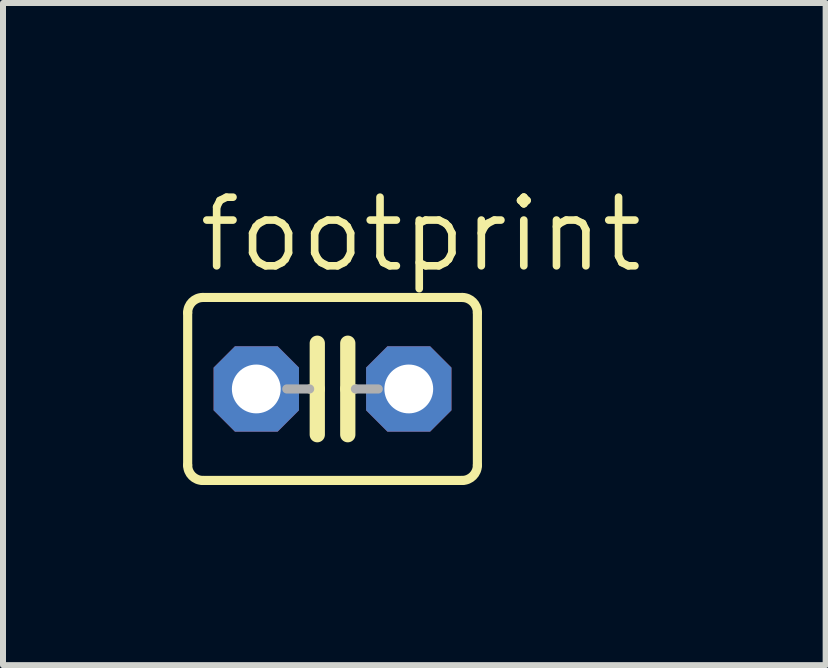
<source format=kicad_pcb>
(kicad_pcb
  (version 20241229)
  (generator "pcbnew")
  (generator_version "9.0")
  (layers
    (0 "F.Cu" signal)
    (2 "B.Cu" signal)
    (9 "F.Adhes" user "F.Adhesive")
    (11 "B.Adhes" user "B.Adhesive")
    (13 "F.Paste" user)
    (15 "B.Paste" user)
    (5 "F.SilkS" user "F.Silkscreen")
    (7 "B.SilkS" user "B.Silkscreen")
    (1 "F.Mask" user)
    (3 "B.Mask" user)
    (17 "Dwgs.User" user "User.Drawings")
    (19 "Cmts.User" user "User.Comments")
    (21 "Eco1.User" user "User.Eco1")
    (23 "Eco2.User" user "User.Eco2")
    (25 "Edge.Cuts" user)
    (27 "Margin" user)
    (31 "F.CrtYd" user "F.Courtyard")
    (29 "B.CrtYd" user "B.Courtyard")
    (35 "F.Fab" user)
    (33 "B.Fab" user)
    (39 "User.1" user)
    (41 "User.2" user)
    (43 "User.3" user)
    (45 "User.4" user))
  (footprint "footprint"
    (layer "F.Cu")
    (at 2.489 3.429)
    (property "Reference" "footprint" (at -2.286 -1.905 0) (layer "F.SilkS") (effects (font (size 1.143 1.143) (thickness 0.127)) (justify left bottom)))
    (fp_line (start -2.413 -1.27) (end -2.413 1.27) (stroke (width 0.152) (type solid)) (layer "F.SilkS"))
    (fp_line (start -2.159 -1.524) (end 2.159 -1.524) (stroke (width 0.152) (type solid)) (layer "F.SilkS"))
    (fp_line (start -0.254 -0.762) (end -0.254 0) (stroke (width 0.254) (type solid)) (layer "F.SilkS"))
    (fp_line (start -0.254 0) (end -0.381 0) (stroke (width 0.152) (type solid)) (layer "F.SilkS"))
    (fp_line (start -0.254 0) (end -0.254 0.762) (stroke (width 0.254) (type solid)) (layer "F.SilkS"))
    (fp_line (start 0.254 0) (end 0.254 -0.762) (stroke (width 0.254) (type solid)) (layer "F.SilkS"))
    (fp_line (start 0.254 0) (end 0.254 0.762) (stroke (width 0.254) (type solid)) (layer "F.SilkS"))
    (fp_line (start 0.381 0) (end 0.254 0) (stroke (width 0.152) (type solid)) (layer "F.SilkS"))
    (fp_line (start 2.159 1.524) (end -2.159 1.524) (stroke (width 0.152) (type solid)) (layer "F.SilkS"))
    (fp_line (start 2.413 -1.27) (end 2.413 1.27) (stroke (width 0.152) (type solid)) (layer "F.SilkS"))
    (fp_arc (start -2.413 -1.27) (mid -2.338605 -1.449605) (end -2.159 -1.524) (stroke (width 0.1524) (type solid)) (layer "F.SilkS"))
    (fp_arc (start -2.159 1.524) (mid -2.338605 1.449605) (end -2.413 1.27) (stroke (width 0.1524) (type solid)) (layer "F.SilkS"))
    (fp_arc (start 2.159 -1.524) (mid 2.338605 -1.449605) (end 2.413 -1.27) (stroke (width 0.1524) (type solid)) (layer "F.SilkS"))
    (fp_arc (start 2.413 1.27) (mid 2.338605 1.449605) (end 2.159 1.524) (stroke (width 0.1524) (type solid)) (layer "F.SilkS"))
    (fp_line (start -0.381 0) (end -0.762 0) (stroke (width 0.152) (type solid)) (layer "F.Fab"))
    (fp_line (start 0.762 0) (end 0.381 0) (stroke (width 0.152) (type solid)) (layer "F.Fab"))
    (pad "1" thru_hole roundrect (at -1.27 0) (size 1.422 1.422) (drill 0.813) (layers "*.Cu" "*.Mask") (roundrect_rratio 0.25) (chamfer_ratio 0.25) (chamfer top_left top_right bottom_left bottom_right))
    (pad "2" thru_hole roundrect (at 1.27 0) (size 1.422 1.422) (drill 0.813) (layers "*.Cu" "*.Mask") (roundrect_rratio 0.25) (chamfer_ratio 0.25) (chamfer top_left top_right bottom_left bottom_right)))
  (gr_rect
    (start -3 -3)
    (end 10.703 8.029)
    (stroke (width 0.1) (type default))
    (fill no)
    (layer "Edge.Cuts")))
</source>
